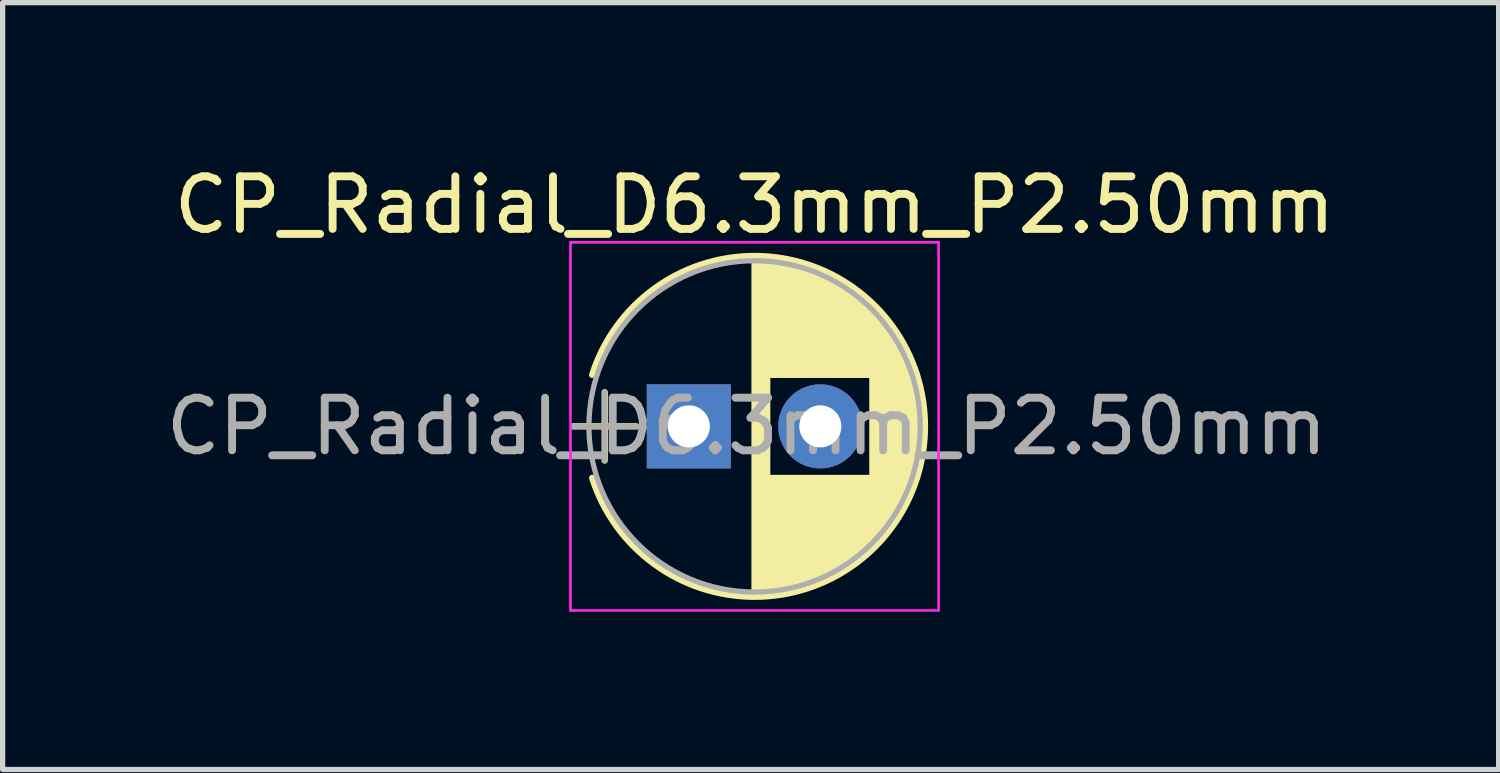
<source format=kicad_pcb>
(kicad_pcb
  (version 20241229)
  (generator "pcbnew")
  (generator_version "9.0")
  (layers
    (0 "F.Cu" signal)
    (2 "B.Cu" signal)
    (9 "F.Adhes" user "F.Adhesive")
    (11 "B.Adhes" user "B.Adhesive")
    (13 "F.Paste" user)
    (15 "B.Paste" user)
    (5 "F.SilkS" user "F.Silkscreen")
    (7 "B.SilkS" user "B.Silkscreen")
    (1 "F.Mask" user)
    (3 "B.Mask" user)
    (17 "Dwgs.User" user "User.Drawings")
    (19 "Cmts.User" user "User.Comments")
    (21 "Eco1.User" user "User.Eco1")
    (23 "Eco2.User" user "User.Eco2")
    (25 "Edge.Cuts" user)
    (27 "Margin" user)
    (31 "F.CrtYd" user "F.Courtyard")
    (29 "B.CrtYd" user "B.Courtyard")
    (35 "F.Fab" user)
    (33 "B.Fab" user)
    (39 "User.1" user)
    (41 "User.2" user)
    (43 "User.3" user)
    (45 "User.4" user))
  (footprint "CP_Radial_D6.3mm_P2.50mm"
    (layer "F.Cu")
    (at 10.049 5.058)
    (property "Reference" "CP_Radial_D6.3mm_P2.50mm" (at 1.25 -4.21 0) (layer "F.SilkS") (effects (font (size 1 1) (thickness 0.15))))
    (attr through_hole)
    (fp_line (start -2.2 0) (end -1 0) (stroke (width 0.12) (type solid)) (layer "F.SilkS"))
    (fp_line (start -1.6 -0.65) (end -1.6 0.65) (stroke (width 0.12) (type solid)) (layer "F.SilkS"))
    (fp_line (start 1.25 -3.2) (end 1.25 3.2) (stroke (width 0.12) (type solid)) (layer "F.SilkS"))
    (fp_line (start 1.29 -3.2) (end 1.29 3.2) (stroke (width 0.12) (type solid)) (layer "F.SilkS"))
    (fp_line (start 1.33 -3.2) (end 1.33 3.2) (stroke (width 0.12) (type solid)) (layer "F.SilkS"))
    (fp_line (start 1.37 -3.198) (end 1.37 3.198) (stroke (width 0.12) (type solid)) (layer "F.SilkS"))
    (fp_line (start 1.41 -3.197) (end 1.41 3.197) (stroke (width 0.12) (type solid)) (layer "F.SilkS"))
    (fp_line (start 1.45 -3.194) (end 1.45 3.194) (stroke (width 0.12) (type solid)) (layer "F.SilkS"))
    (fp_line (start 1.49 -3.192) (end 1.49 3.192) (stroke (width 0.12) (type solid)) (layer "F.SilkS"))
    (fp_line (start 1.53 -3.188) (end 1.53 -0.98) (stroke (width 0.12) (type solid)) (layer "F.SilkS"))
    (fp_line (start 1.53 0.98) (end 1.53 3.188) (stroke (width 0.12) (type solid)) (layer "F.SilkS"))
    (fp_line (start 1.57 -3.185) (end 1.57 -0.98) (stroke (width 0.12) (type solid)) (layer "F.SilkS"))
    (fp_line (start 1.57 0.98) (end 1.57 3.185) (stroke (width 0.12) (type solid)) (layer "F.SilkS"))
    (fp_line (start 1.61 -3.18) (end 1.61 -0.98) (stroke (width 0.12) (type solid)) (layer "F.SilkS"))
    (fp_line (start 1.61 0.98) (end 1.61 3.18) (stroke (width 0.12) (type solid)) (layer "F.SilkS"))
    (fp_line (start 1.65 -3.176) (end 1.65 -0.98) (stroke (width 0.12) (type solid)) (layer "F.SilkS"))
    (fp_line (start 1.65 0.98) (end 1.65 3.176) (stroke (width 0.12) (type solid)) (layer "F.SilkS"))
    (fp_line (start 1.69 -3.17) (end 1.69 -0.98) (stroke (width 0.12) (type solid)) (layer "F.SilkS"))
    (fp_line (start 1.69 0.98) (end 1.69 3.17) (stroke (width 0.12) (type solid)) (layer "F.SilkS"))
    (fp_line (start 1.73 -3.165) (end 1.73 -0.98) (stroke (width 0.12) (type solid)) (layer "F.SilkS"))
    (fp_line (start 1.73 0.98) (end 1.73 3.165) (stroke (width 0.12) (type solid)) (layer "F.SilkS"))
    (fp_line (start 1.77 -3.158) (end 1.77 -0.98) (stroke (width 0.12) (type solid)) (layer "F.SilkS"))
    (fp_line (start 1.77 0.98) (end 1.77 3.158) (stroke (width 0.12) (type solid)) (layer "F.SilkS"))
    (fp_line (start 1.81 -3.152) (end 1.81 -0.98) (stroke (width 0.12) (type solid)) (layer "F.SilkS"))
    (fp_line (start 1.81 0.98) (end 1.81 3.152) (stroke (width 0.12) (type solid)) (layer "F.SilkS"))
    (fp_line (start 1.85 -3.144) (end 1.85 -0.98) (stroke (width 0.12) (type solid)) (layer "F.SilkS"))
    (fp_line (start 1.85 0.98) (end 1.85 3.144) (stroke (width 0.12) (type solid)) (layer "F.SilkS"))
    (fp_line (start 1.89 -3.137) (end 1.89 -0.98) (stroke (width 0.12) (type solid)) (layer "F.SilkS"))
    (fp_line (start 1.89 0.98) (end 1.89 3.137) (stroke (width 0.12) (type solid)) (layer "F.SilkS"))
    (fp_line (start 1.93 -3.128) (end 1.93 -0.98) (stroke (width 0.12) (type solid)) (layer "F.SilkS"))
    (fp_line (start 1.93 0.98) (end 1.93 3.128) (stroke (width 0.12) (type solid)) (layer "F.SilkS"))
    (fp_line (start 1.971 -3.119) (end 1.971 -0.98) (stroke (width 0.12) (type solid)) (layer "F.SilkS"))
    (fp_line (start 1.971 0.98) (end 1.971 3.119) (stroke (width 0.12) (type solid)) (layer "F.SilkS"))
    (fp_line (start 2.011 -3.11) (end 2.011 -0.98) (stroke (width 0.12) (type solid)) (layer "F.SilkS"))
    (fp_line (start 2.011 0.98) (end 2.011 3.11) (stroke (width 0.12) (type solid)) (layer "F.SilkS"))
    (fp_line (start 2.051 -3.1) (end 2.051 -0.98) (stroke (width 0.12) (type solid)) (layer "F.SilkS"))
    (fp_line (start 2.051 0.98) (end 2.051 3.1) (stroke (width 0.12) (type solid)) (layer "F.SilkS"))
    (fp_line (start 2.091 -3.09) (end 2.091 -0.98) (stroke (width 0.12) (type solid)) (layer "F.SilkS"))
    (fp_line (start 2.091 0.98) (end 2.091 3.09) (stroke (width 0.12) (type solid)) (layer "F.SilkS"))
    (fp_line (start 2.131 -3.079) (end 2.131 -0.98) (stroke (width 0.12) (type solid)) (layer "F.SilkS"))
    (fp_line (start 2.131 0.98) (end 2.131 3.079) (stroke (width 0.12) (type solid)) (layer "F.SilkS"))
    (fp_line (start 2.171 -3.067) (end 2.171 -0.98) (stroke (width 0.12) (type solid)) (layer "F.SilkS"))
    (fp_line (start 2.171 0.98) (end 2.171 3.067) (stroke (width 0.12) (type solid)) (layer "F.SilkS"))
    (fp_line (start 2.211 -3.055) (end 2.211 -0.98) (stroke (width 0.12) (type solid)) (layer "F.SilkS"))
    (fp_line (start 2.211 0.98) (end 2.211 3.055) (stroke (width 0.12) (type solid)) (layer "F.SilkS"))
    (fp_line (start 2.251 -3.042) (end 2.251 -0.98) (stroke (width 0.12) (type solid)) (layer "F.SilkS"))
    (fp_line (start 2.251 0.98) (end 2.251 3.042) (stroke (width 0.12) (type solid)) (layer "F.SilkS"))
    (fp_line (start 2.291 -3.029) (end 2.291 -0.98) (stroke (width 0.12) (type solid)) (layer "F.SilkS"))
    (fp_line (start 2.291 0.98) (end 2.291 3.029) (stroke (width 0.12) (type solid)) (layer "F.SilkS"))
    (fp_line (start 2.331 -3.015) (end 2.331 -0.98) (stroke (width 0.12) (type solid)) (layer "F.SilkS"))
    (fp_line (start 2.331 0.98) (end 2.331 3.015) (stroke (width 0.12) (type solid)) (layer "F.SilkS"))
    (fp_line (start 2.371 -3.001) (end 2.371 -0.98) (stroke (width 0.12) (type solid)) (layer "F.SilkS"))
    (fp_line (start 2.371 0.98) (end 2.371 3.001) (stroke (width 0.12) (type solid)) (layer "F.SilkS"))
    (fp_line (start 2.411 -2.986) (end 2.411 -0.98) (stroke (width 0.12) (type solid)) (layer "F.SilkS"))
    (fp_line (start 2.411 0.98) (end 2.411 2.986) (stroke (width 0.12) (type solid)) (layer "F.SilkS"))
    (fp_line (start 2.451 -2.97) (end 2.451 -0.98) (stroke (width 0.12) (type solid)) (layer "F.SilkS"))
    (fp_line (start 2.451 0.98) (end 2.451 2.97) (stroke (width 0.12) (type solid)) (layer "F.SilkS"))
    (fp_line (start 2.491 -2.954) (end 2.491 -0.98) (stroke (width 0.12) (type solid)) (layer "F.SilkS"))
    (fp_line (start 2.491 0.98) (end 2.491 2.954) (stroke (width 0.12) (type solid)) (layer "F.SilkS"))
    (fp_line (start 2.531 -2.937) (end 2.531 -0.98) (stroke (width 0.12) (type solid)) (layer "F.SilkS"))
    (fp_line (start 2.531 0.98) (end 2.531 2.937) (stroke (width 0.12) (type solid)) (layer "F.SilkS"))
    (fp_line (start 2.571 -2.919) (end 2.571 -0.98) (stroke (width 0.12) (type solid)) (layer "F.SilkS"))
    (fp_line (start 2.571 0.98) (end 2.571 2.919) (stroke (width 0.12) (type solid)) (layer "F.SilkS"))
    (fp_line (start 2.611 -2.901) (end 2.611 -0.98) (stroke (width 0.12) (type solid)) (layer "F.SilkS"))
    (fp_line (start 2.611 0.98) (end 2.611 2.901) (stroke (width 0.12) (type solid)) (layer "F.SilkS"))
    (fp_line (start 2.651 -2.882) (end 2.651 -0.98) (stroke (width 0.12) (type solid)) (layer "F.SilkS"))
    (fp_line (start 2.651 0.98) (end 2.651 2.882) (stroke (width 0.12) (type solid)) (layer "F.SilkS"))
    (fp_line (start 2.691 -2.863) (end 2.691 -0.98) (stroke (width 0.12) (type solid)) (layer "F.SilkS"))
    (fp_line (start 2.691 0.98) (end 2.691 2.863) (stroke (width 0.12) (type solid)) (layer "F.SilkS"))
    (fp_line (start 2.731 -2.843) (end 2.731 -0.98) (stroke (width 0.12) (type solid)) (layer "F.SilkS"))
    (fp_line (start 2.731 0.98) (end 2.731 2.843) (stroke (width 0.12) (type solid)) (layer "F.SilkS"))
    (fp_line (start 2.771 -2.822) (end 2.771 -0.98) (stroke (width 0.12) (type solid)) (layer "F.SilkS"))
    (fp_line (start 2.771 0.98) (end 2.771 2.822) (stroke (width 0.12) (type solid)) (layer "F.SilkS"))
    (fp_line (start 2.811 -2.8) (end 2.811 -0.98) (stroke (width 0.12) (type solid)) (layer "F.SilkS"))
    (fp_line (start 2.811 0.98) (end 2.811 2.8) (stroke (width 0.12) (type solid)) (layer "F.SilkS"))
    (fp_line (start 2.851 -2.778) (end 2.851 -0.98) (stroke (width 0.12) (type solid)) (layer "F.SilkS"))
    (fp_line (start 2.851 0.98) (end 2.851 2.778) (stroke (width 0.12) (type solid)) (layer "F.SilkS"))
    (fp_line (start 2.891 -2.755) (end 2.891 -0.98) (stroke (width 0.12) (type solid)) (layer "F.SilkS"))
    (fp_line (start 2.891 0.98) (end 2.891 2.755) (stroke (width 0.12) (type solid)) (layer "F.SilkS"))
    (fp_line (start 2.931 -2.731) (end 2.931 -0.98) (stroke (width 0.12) (type solid)) (layer "F.SilkS"))
    (fp_line (start 2.931 0.98) (end 2.931 2.731) (stroke (width 0.12) (type solid)) (layer "F.SilkS"))
    (fp_line (start 2.971 -2.706) (end 2.971 -0.98) (stroke (width 0.12) (type solid)) (layer "F.SilkS"))
    (fp_line (start 2.971 0.98) (end 2.971 2.706) (stroke (width 0.12) (type solid)) (layer "F.SilkS"))
    (fp_line (start 3.011 -2.681) (end 3.011 -0.98) (stroke (width 0.12) (type solid)) (layer "F.SilkS"))
    (fp_line (start 3.011 0.98) (end 3.011 2.681) (stroke (width 0.12) (type solid)) (layer "F.SilkS"))
    (fp_line (start 3.051 -2.654) (end 3.051 -0.98) (stroke (width 0.12) (type solid)) (layer "F.SilkS"))
    (fp_line (start 3.051 0.98) (end 3.051 2.654) (stroke (width 0.12) (type solid)) (layer "F.SilkS"))
    (fp_line (start 3.091 -2.627) (end 3.091 -0.98) (stroke (width 0.12) (type solid)) (layer "F.SilkS"))
    (fp_line (start 3.091 0.98) (end 3.091 2.627) (stroke (width 0.12) (type solid)) (layer "F.SilkS"))
    (fp_line (start 3.131 -2.599) (end 3.131 -0.98) (stroke (width 0.12) (type solid)) (layer "F.SilkS"))
    (fp_line (start 3.131 0.98) (end 3.131 2.599) (stroke (width 0.12) (type solid)) (layer "F.SilkS"))
    (fp_line (start 3.171 -2.57) (end 3.171 -0.98) (stroke (width 0.12) (type solid)) (layer "F.SilkS"))
    (fp_line (start 3.171 0.98) (end 3.171 2.57) (stroke (width 0.12) (type solid)) (layer "F.SilkS"))
    (fp_line (start 3.211 -2.54) (end 3.211 -0.98) (stroke (width 0.12) (type solid)) (layer "F.SilkS"))
    (fp_line (start 3.211 0.98) (end 3.211 2.54) (stroke (width 0.12) (type solid)) (layer "F.SilkS"))
    (fp_line (start 3.251 -2.51) (end 3.251 -0.98) (stroke (width 0.12) (type solid)) (layer "F.SilkS"))
    (fp_line (start 3.251 0.98) (end 3.251 2.51) (stroke (width 0.12) (type solid)) (layer "F.SilkS"))
    (fp_line (start 3.291 -2.478) (end 3.291 -0.98) (stroke (width 0.12) (type solid)) (layer "F.SilkS"))
    (fp_line (start 3.291 0.98) (end 3.291 2.478) (stroke (width 0.12) (type solid)) (layer "F.SilkS"))
    (fp_line (start 3.331 -2.445) (end 3.331 -0.98) (stroke (width 0.12) (type solid)) (layer "F.SilkS"))
    (fp_line (start 3.331 0.98) (end 3.331 2.445) (stroke (width 0.12) (type solid)) (layer "F.SilkS"))
    (fp_line (start 3.371 -2.411) (end 3.371 -0.98) (stroke (width 0.12) (type solid)) (layer "F.SilkS"))
    (fp_line (start 3.371 0.98) (end 3.371 2.411) (stroke (width 0.12) (type solid)) (layer "F.SilkS"))
    (fp_line (start 3.411 -2.375) (end 3.411 -0.98) (stroke (width 0.12) (type solid)) (layer "F.SilkS"))
    (fp_line (start 3.411 0.98) (end 3.411 2.375) (stroke (width 0.12) (type solid)) (layer "F.SilkS"))
    (fp_line (start 3.451 -2.339) (end 3.451 -0.98) (stroke (width 0.12) (type solid)) (layer "F.SilkS"))
    (fp_line (start 3.451 0.98) (end 3.451 2.339) (stroke (width 0.12) (type solid)) (layer "F.SilkS"))
    (fp_line (start 3.491 -2.301) (end 3.491 2.301) (stroke (width 0.12) (type solid)) (layer "F.SilkS"))
    (fp_line (start 3.531 -2.262) (end 3.531 2.262) (stroke (width 0.12) (type solid)) (layer "F.SilkS"))
    (fp_line (start 3.571 -2.222) (end 3.571 2.222) (stroke (width 0.12) (type solid)) (layer "F.SilkS"))
    (fp_line (start 3.611 -2.18) (end 3.611 2.18) (stroke (width 0.12) (type solid)) (layer "F.SilkS"))
    (fp_line (start 3.651 -2.137) (end 3.651 2.137) (stroke (width 0.12) (type solid)) (layer "F.SilkS"))
    (fp_line (start 3.691 -2.092) (end 3.691 2.092) (stroke (width 0.12) (type solid)) (layer "F.SilkS"))
    (fp_line (start 3.731 -2.045) (end 3.731 2.045) (stroke (width 0.12) (type solid)) (layer "F.SilkS"))
    (fp_line (start 3.771 -1.997) (end 3.771 1.997) (stroke (width 0.12) (type solid)) (layer "F.SilkS"))
    (fp_line (start 3.811 -1.946) (end 3.811 1.946) (stroke (width 0.12) (type solid)) (layer "F.SilkS"))
    (fp_line (start 3.851 -1.894) (end 3.851 1.894) (stroke (width 0.12) (type solid)) (layer "F.SilkS"))
    (fp_line (start 3.891 -1.839) (end 3.891 1.839) (stroke (width 0.12) (type solid)) (layer "F.SilkS"))
    (fp_line (start 3.931 -1.781) (end 3.931 1.781) (stroke (width 0.12) (type solid)) (layer "F.SilkS"))
    (fp_line (start 3.971 -1.721) (end 3.971 1.721) (stroke (width 0.12) (type solid)) (layer "F.SilkS"))
    (fp_line (start 4.011 -1.658) (end 4.011 1.658) (stroke (width 0.12) (type solid)) (layer "F.SilkS"))
    (fp_line (start 4.051 -1.591) (end 4.051 1.591) (stroke (width 0.12) (type solid)) (layer "F.SilkS"))
    (fp_line (start 4.091 -1.52) (end 4.091 1.52) (stroke (width 0.12) (type solid)) (layer "F.SilkS"))
    (fp_line (start 4.131 -1.445) (end 4.131 1.445) (stroke (width 0.12) (type solid)) (layer "F.SilkS"))
    (fp_line (start 4.171 -1.364) (end 4.171 1.364) (stroke (width 0.12) (type solid)) (layer "F.SilkS"))
    (fp_line (start 4.211 -1.278) (end 4.211 1.278) (stroke (width 0.12) (type solid)) (layer "F.SilkS"))
    (fp_line (start 4.251 -1.184) (end 4.251 1.184) (stroke (width 0.12) (type solid)) (layer "F.SilkS"))
    (fp_line (start 4.291 -1.081) (end 4.291 1.081) (stroke (width 0.12) (type solid)) (layer "F.SilkS"))
    (fp_line (start 4.331 -0.966) (end 4.331 0.966) (stroke (width 0.12) (type solid)) (layer "F.SilkS"))
    (fp_line (start 4.371 -0.834) (end 4.371 0.834) (stroke (width 0.12) (type solid)) (layer "F.SilkS"))
    (fp_line (start 4.411 -0.676) (end 4.411 0.676) (stroke (width 0.12) (type solid)) (layer "F.SilkS"))
    (fp_line (start 4.451 -0.468) (end 4.451 0.468) (stroke (width 0.12) (type solid)) (layer "F.SilkS"))
    (fp_arc (start -1.838236 -0.98) (mid 1.250337 -3.24) (end 4.33844 -0.979357) (stroke (width 0.12) (type solid)) (layer "F.SilkS"))
    (fp_arc (start 4.338236 -0.98) (mid 4.49 -0.000337) (end 4.33844 0.979357) (stroke (width 0.12) (type solid)) (layer "F.SilkS"))
    (fp_arc (start 4.33844 0.979357) (mid 1.250337 3.24) (end -1.838236 0.98) (stroke (width 0.12) (type solid)) (layer "F.SilkS"))
    (fp_line (start -2.25 -3.5) (end -2.25 3.5) (stroke (width 0.05) (type solid)) (layer "F.CrtYd"))
    (fp_line (start -2.25 3.5) (end 4.75 3.5) (stroke (width 0.05) (type solid)) (layer "F.CrtYd"))
    (fp_line (start 4.75 -3.5) (end -2.25 -3.5) (stroke (width 0.05) (type solid)) (layer "F.CrtYd"))
    (fp_line (start 4.75 3.5) (end 4.75 -3.5) (stroke (width 0.05) (type solid)) (layer "F.CrtYd"))
    (fp_line (start -2.2 0) (end -1 0) (stroke (width 0.1) (type solid)) (layer "F.Fab"))
    (fp_line (start -1.6 -0.65) (end -1.6 0.65) (stroke (width 0.1) (type solid)) (layer "F.Fab"))
    (fp_circle (center 1.25 0) (end 4.4 0) (stroke (width 0.1) (type solid)) (fill no) (layer "F.Fab"))
    (fp_text user "${REFERENCE}" (at 1.1 0 0) (layer "F.Fab") (effects (font (size 1 1) (thickness 0.15))))
    (pad "1" thru_hole rect (at 0 0) (size 1.6 1.6) (drill 0.8) (layers "*.Cu" "*.Mask"))
    (pad "2" thru_hole circle (at 2.5 0) (size 1.6 1.6) (drill 0.8) (layers "*.Cu" "*.Mask")))
  (gr_rect
    (start -3 -3)
    (end 25.448 11.583)
    (stroke (width 0.1) (type default))
    (fill no)
    (layer "Edge.Cuts")))
</source>
